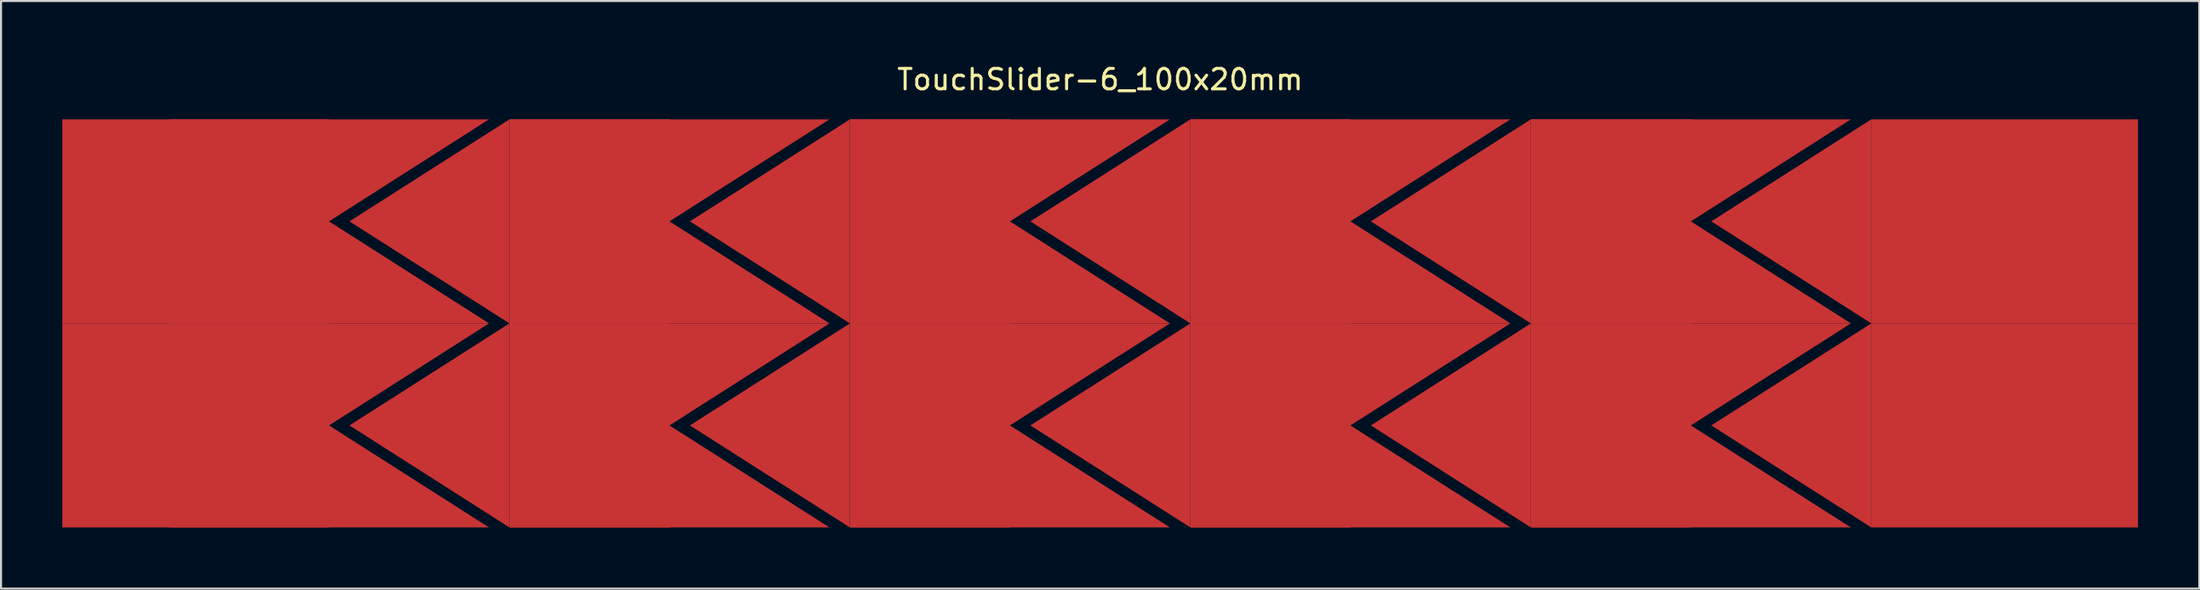
<source format=kicad_pcb>
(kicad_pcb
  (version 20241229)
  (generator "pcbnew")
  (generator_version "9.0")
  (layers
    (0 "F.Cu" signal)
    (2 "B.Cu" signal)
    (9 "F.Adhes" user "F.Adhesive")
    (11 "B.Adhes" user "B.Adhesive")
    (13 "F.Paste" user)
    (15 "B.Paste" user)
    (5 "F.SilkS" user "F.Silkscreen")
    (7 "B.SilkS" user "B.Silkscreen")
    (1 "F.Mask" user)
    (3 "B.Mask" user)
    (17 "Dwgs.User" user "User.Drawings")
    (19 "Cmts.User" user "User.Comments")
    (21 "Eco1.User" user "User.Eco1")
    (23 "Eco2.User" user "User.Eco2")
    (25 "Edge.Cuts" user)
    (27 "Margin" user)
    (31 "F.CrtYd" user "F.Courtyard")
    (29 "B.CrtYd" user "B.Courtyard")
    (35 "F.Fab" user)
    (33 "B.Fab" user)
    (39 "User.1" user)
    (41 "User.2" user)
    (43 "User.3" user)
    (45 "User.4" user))
  (footprint "TouchSlider-6_100x20mm"
    (layer "F.Cu")
    (at 50.806 12.798)
    (property "Reference" "TouchSlider-6_100x20mm" (at 0 -11.95 0) (layer "F.SilkS") (effects (font (size 1 1) (thickness 0.15))))
    (attr smd)
    (pad "1" smd rect (at -44.278 -5) (size 13.056 10) (layers "F.Cu"))
    (pad "1" smd rect (at -44.278 5) (size 13.056 10) (layers "F.Cu"))
    (pad "1" smd trapezoid (at -37.75 -7.5) (size 7.833 5) (rect_delta 0 -7.833) (layers "F.Cu"))
    (pad "1" smd trapezoid (at -37.75 -2.5) (size 7.833 5) (rect_delta 0 7.833) (layers "F.Cu"))
    (pad "1" smd trapezoid (at -37.75 2.5) (size 7.833 5) (rect_delta 0 -7.833) (layers "F.Cu"))
    (pad "1" smd trapezoid (at -37.75 7.5) (size 7.833 5) (rect_delta 0 7.833) (layers "F.Cu"))
    (pad "2" smd trapezoid (at -32.833 -5) (size 7.833 5) (rect_delta -5 0) (layers "F.Cu"))
    (pad "2" smd trapezoid (at -32.833 5) (size 7.833 5) (rect_delta -5 0) (layers "F.Cu"))
    (pad "2" smd rect (at -25 -5) (size 7.833 10) (layers "F.Cu"))
    (pad "2" smd rect (at -25 5) (size 7.833 10) (layers "F.Cu"))
    (pad "2" smd trapezoid (at -21.083 -7.5) (size 7.833 5) (rect_delta 0 -7.833) (layers "F.Cu"))
    (pad "2" smd trapezoid (at -21.083 -2.5) (size 7.833 5) (rect_delta 0 7.833) (layers "F.Cu"))
    (pad "2" smd trapezoid (at -21.083 2.5) (size 7.833 5) (rect_delta 0 -7.833) (layers "F.Cu"))
    (pad "2" smd trapezoid (at -21.083 7.5) (size 7.833 5) (rect_delta 0 7.833) (layers "F.Cu"))
    (pad "3" smd trapezoid (at -16.167 -5) (size 7.833 5) (rect_delta -5 0) (layers "F.Cu"))
    (pad "3" smd trapezoid (at -16.167 5) (size 7.833 5) (rect_delta -5 0) (layers "F.Cu"))
    (pad "3" smd rect (at -8.333 -5) (size 7.833 10) (layers "F.Cu"))
    (pad "3" smd rect (at -8.333 5) (size 7.833 10) (layers "F.Cu"))
    (pad "3" smd trapezoid (at -4.417 -7.5) (size 7.833 5) (rect_delta 0 -7.833) (layers "F.Cu"))
    (pad "3" smd trapezoid (at -4.417 -2.5) (size 7.833 5) (rect_delta 0 7.833) (layers "F.Cu"))
    (pad "3" smd trapezoid (at -4.417 2.5) (size 7.833 5) (rect_delta 0 -7.833) (layers "F.Cu"))
    (pad "3" smd trapezoid (at -4.417 7.5) (size 7.833 5) (rect_delta 0 7.833) (layers "F.Cu"))
    (pad "4" smd trapezoid (at 0.5 -5) (size 7.833 5) (rect_delta -5 0) (layers "F.Cu"))
    (pad "4" smd trapezoid (at 0.5 5) (size 7.833 5) (rect_delta -5 0) (layers "F.Cu"))
    (pad "4" smd rect (at 8.333 -5) (size 7.833 10) (layers "F.Cu"))
    (pad "4" smd rect (at 8.333 5) (size 7.833 10) (layers "F.Cu"))
    (pad "4" smd trapezoid (at 12.25 -7.5) (size 7.833 5) (rect_delta 0 -7.833) (layers "F.Cu"))
    (pad "4" smd trapezoid (at 12.25 -2.5) (size 7.833 5) (rect_delta 0 7.833) (layers "F.Cu"))
    (pad "4" smd trapezoid (at 12.25 2.5) (size 7.833 5) (rect_delta 0 -7.833) (layers "F.Cu"))
    (pad "4" smd trapezoid (at 12.25 7.5) (size 7.833 5) (rect_delta 0 7.833) (layers "F.Cu"))
    (pad "5" smd trapezoid (at 17.167 -5) (size 7.833 5) (rect_delta -5 0) (layers "F.Cu"))
    (pad "5" smd trapezoid (at 17.167 5) (size 7.833 5) (rect_delta -5 0) (layers "F.Cu"))
    (pad "5" smd rect (at 25 -5) (size 7.833 10) (layers "F.Cu"))
    (pad "5" smd rect (at 25 5) (size 7.833 10) (layers "F.Cu"))
    (pad "5" smd trapezoid (at 28.917 -7.5) (size 7.833 5) (rect_delta 0 -7.833) (layers "F.Cu"))
    (pad "5" smd trapezoid (at 28.917 -2.5) (size 7.833 5) (rect_delta 0 7.833) (layers "F.Cu"))
    (pad "5" smd trapezoid (at 28.917 2.5) (size 7.833 5) (rect_delta 0 -7.833) (layers "F.Cu"))
    (pad "5" smd trapezoid (at 28.917 7.5) (size 7.833 5) (rect_delta 0 7.833) (layers "F.Cu"))
    (pad "6" smd trapezoid (at 33.833 -5) (size 7.833 5) (rect_delta -5 0) (layers "F.Cu"))
    (pad "6" smd trapezoid (at 33.833 5) (size 7.833 5) (rect_delta -5 0) (layers "F.Cu"))
    (pad "6" smd rect (at 44.278 -5) (size 13.056 10) (layers "F.Cu"))
    (pad "6" smd rect (at 44.278 5) (size 13.056 10) (layers "F.Cu")))
  (gr_rect
    (start -3 -3)
    (end 104.611 25.798)
    (stroke (width 0.1) (type default))
    (fill no)
    (layer "Edge.Cuts")))
</source>
